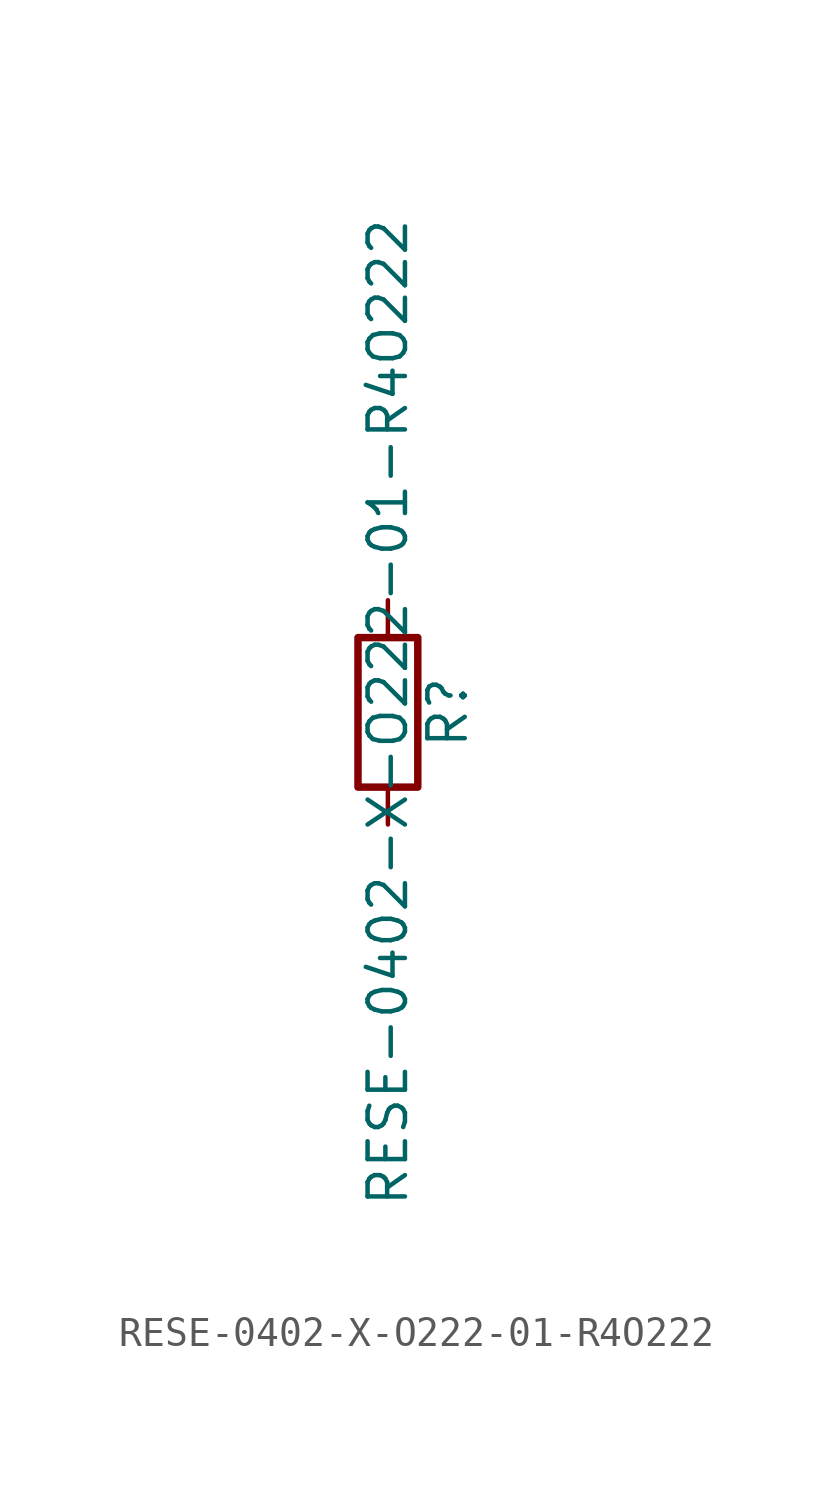
<source format=kicad_sym>
(kicad_symbol_lib
  (version 20211014)
  (generator kicad_symbol_editor)
  (symbol "RESE-0402-X-O222-01-R4O222"
    (pin_numbers hide)
    (pin_names
      (offset 0))
    (property "Reference" "R"
      (at 2.032 0 90)
      (effects (font (size 1.27 1.27))))
    (property "Value" "RESE-0402-X-O222-01-R4O222"
      (at 0 0 90)
      (effects (font (size 1.27 1.27))))
    (symbol "RESE-0402-X-O222-01-R4O222_0_1"
      (rectangle (start -1.016 -2.54) (end 1.016 2.54) (stroke (width 0.254) (type default) (color 0 0 0 0)) (fill (type none))))
    (symbol "RESE-0402-X-O222-01-R4O222_1_1"
      (pin passive line (at 0 3.81 270) (length 1.27) (name "~" (effects (font (size 1.27 1.27)))) (number "1" (effects (font (size 1.27 1.27)))))
      (pin passive line (at 0 -3.81 90) (length 1.27) (name "~" (effects (font (size 1.27 1.27)))) (number "2" (effects (font (size 1.27 1.27))))))))
</source>
